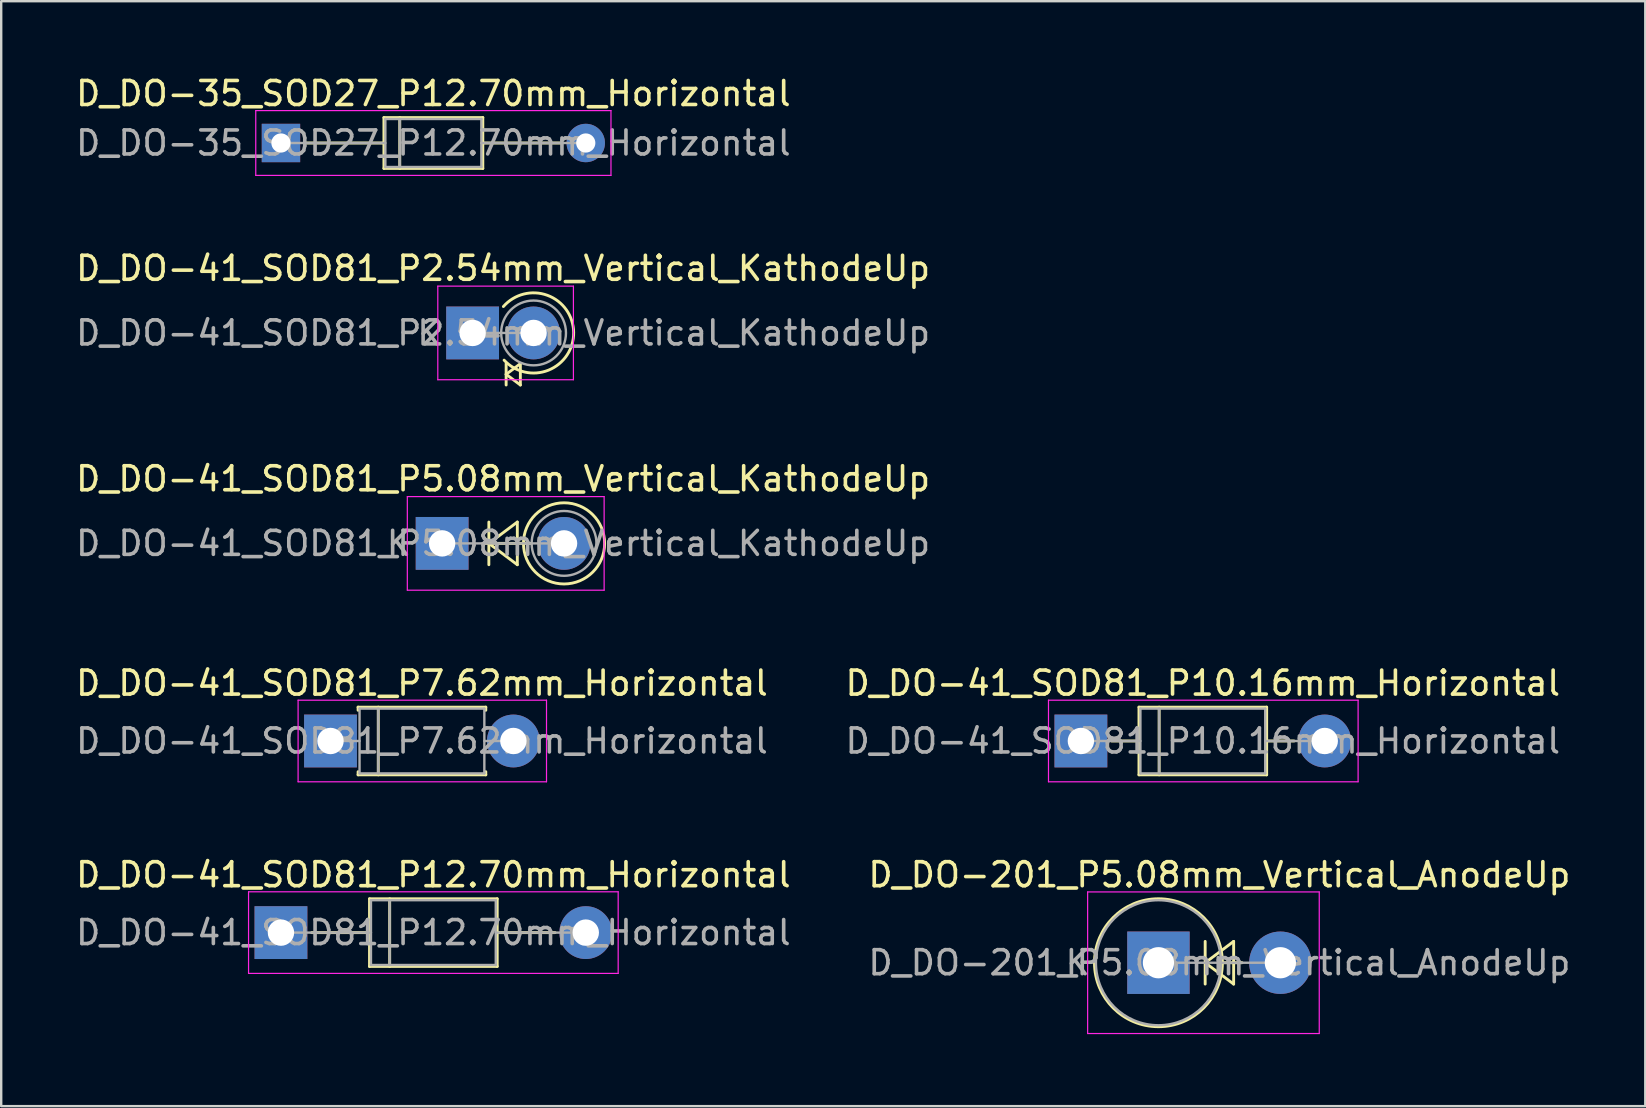
<source format=kicad_pcb>
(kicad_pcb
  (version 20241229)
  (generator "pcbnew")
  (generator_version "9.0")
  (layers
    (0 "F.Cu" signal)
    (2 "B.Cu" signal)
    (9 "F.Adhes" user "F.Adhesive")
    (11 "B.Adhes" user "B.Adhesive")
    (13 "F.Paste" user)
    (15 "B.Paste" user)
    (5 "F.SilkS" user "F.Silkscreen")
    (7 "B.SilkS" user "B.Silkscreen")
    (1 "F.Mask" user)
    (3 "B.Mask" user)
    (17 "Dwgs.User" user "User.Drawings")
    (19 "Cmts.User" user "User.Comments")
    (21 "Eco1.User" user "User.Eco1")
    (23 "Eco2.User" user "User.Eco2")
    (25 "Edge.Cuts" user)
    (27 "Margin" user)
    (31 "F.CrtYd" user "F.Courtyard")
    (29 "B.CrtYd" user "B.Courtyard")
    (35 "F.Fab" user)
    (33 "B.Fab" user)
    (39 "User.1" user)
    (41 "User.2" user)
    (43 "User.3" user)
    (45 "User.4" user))
  (footprint "D_DO-41_SOD81_P5.08mm_Vertical_KathodeUp"
    (layer "F.Cu")
    (at 15.371 19.59)
    (property "Reference" "D_DO-41_SOD81_P5.08mm_Vertical_KathodeUp" (at 2.54 -2.691 0) (layer "F.SilkS") (effects (font (size 1 1) (thickness 0.15))))
    (attr through_hole)
    (fp_line (start 1.691 0) (end 3.68 0) (stroke (width 0.12) (type solid)) (layer "F.SilkS"))
    (fp_line (start 1.947 -0.889) (end 1.947 0.889) (stroke (width 0.12) (type solid)) (layer "F.SilkS"))
    (fp_line (start 1.947 0) (end 3.133 -0.889) (stroke (width 0.12) (type solid)) (layer "F.SilkS"))
    (fp_line (start 3.133 -0.889) (end 3.133 0.889) (stroke (width 0.12) (type solid)) (layer "F.SilkS"))
    (fp_line (start 3.133 0.889) (end 1.947 0) (stroke (width 0.12) (type solid)) (layer "F.SilkS"))
    (fp_circle (center 5.08 0) (end 6.771 0) (stroke (width 0.12) (type solid)) (fill no) (layer "F.SilkS"))
    (fp_line (start -1.45 -1.95) (end -1.45 1.95) (stroke (width 0.05) (type solid)) (layer "F.CrtYd"))
    (fp_line (start -1.45 1.95) (end 6.75 1.95) (stroke (width 0.05) (type solid)) (layer "F.CrtYd"))
    (fp_line (start 6.75 -1.95) (end -1.45 -1.95) (stroke (width 0.05) (type solid)) (layer "F.CrtYd"))
    (fp_line (start 6.75 1.95) (end 6.75 -1.95) (stroke (width 0.05) (type solid)) (layer "F.CrtYd"))
    (fp_line (start 0 0) (end 5.08 0) (stroke (width 0.1) (type solid)) (layer "F.Fab"))
    (fp_circle (center 5.08 0) (end 6.43 0) (stroke (width 0.1) (type solid)) (fill no) (layer "F.Fab"))
    (fp_text user "${REFERENCE}" (at 2.54 0 0) (layer "F.Fab") (effects (font (size 1 1) (thickness 0.15))))
    (fp_text user "K" (at -1.8 0 0) (layer "F.Fab") (effects (font (size 1 1) (thickness 0.15))))
    (pad "1" thru_hole rect (at 0 0) (size 2.2 2.2) (drill 1.1) (layers "*.Cu" "*.Mask"))
    (pad "2" thru_hole oval (at 5.08 0) (size 2.2 2.2) (drill 1.1) (layers "*.Cu" "*.Mask")))
  (footprint "D_DO-41_SOD81_P2.54mm_Vertical_KathodeUp"
    (layer "F.Cu")
    (at 16.641 10.822)
    (property "Reference" "D_DO-41_SOD81_P2.54mm_Vertical_KathodeUp" (at 1.27 -2.691 0) (layer "F.SilkS") (effects (font (size 1 1) (thickness 0.15))))
    (attr through_hole)
    (fp_line (start 1.397 1.28) (end 1.397 2.169) (stroke (width 0.12) (type solid)) (layer "F.SilkS"))
    (fp_line (start 1.397 1.724) (end 1.99 1.28) (stroke (width 0.12) (type solid)) (layer "F.SilkS"))
    (fp_line (start 1.99 1.28) (end 1.99 2.169) (stroke (width 0.12) (type solid)) (layer "F.SilkS"))
    (fp_line (start 1.99 2.169) (end 1.397 1.724) (stroke (width 0.12) (type solid)) (layer "F.SilkS"))
    (fp_arc (start 1.282484 -1.1) (mid 4.21058 -0.022525) (end 1.312599 1.133505) (stroke (width 0.12) (type solid)) (layer "F.SilkS"))
    (fp_line (start -1.45 -1.95) (end -1.45 1.95) (stroke (width 0.05) (type solid)) (layer "F.CrtYd"))
    (fp_line (start -1.45 1.95) (end 4.2 1.95) (stroke (width 0.05) (type solid)) (layer "F.CrtYd"))
    (fp_line (start 4.2 -1.95) (end -1.45 -1.95) (stroke (width 0.05) (type solid)) (layer "F.CrtYd"))
    (fp_line (start 4.2 1.95) (end 4.2 -1.95) (stroke (width 0.05) (type solid)) (layer "F.CrtYd"))
    (fp_line (start 0 0) (end 2.54 0) (stroke (width 0.1) (type solid)) (layer "F.Fab"))
    (fp_circle (center 2.54 0) (end 3.89 0) (stroke (width 0.1) (type solid)) (fill no) (layer "F.Fab"))
    (fp_text user "K" (at -1.8 0 0) (layer "F.Fab") (effects (font (size 1 1) (thickness 0.15))))
    (fp_text user "${REFERENCE}" (at 1.27 0 0) (layer "F.Fab") (effects (font (size 1 1) (thickness 0.15))))
    (pad "1" thru_hole rect (at 0 0) (size 2.2 2.2) (drill 1.1) (layers "*.Cu" "*.Mask"))
    (pad "2" thru_hole oval (at 2.54 0) (size 2.2 2.2) (drill 1.1) (layers "*.Cu" "*.Mask")))
  (footprint "D_DO-41_SOD81_P12.70mm_Horizontal"
    (layer "F.Cu")
    (at 8.656 35.807)
    (property "Reference" "D_DO-41_SOD81_P12.70mm_Horizontal" (at 6.35 -2.41 0) (layer "F.SilkS") (effects (font (size 1 1) (thickness 0.15))))
    (attr through_hole)
    (fp_line (start 1.28 0) (end 3.69 0) (stroke (width 0.12) (type solid)) (layer "F.SilkS"))
    (fp_line (start 3.69 -1.41) (end 3.69 1.41) (stroke (width 0.12) (type solid)) (layer "F.SilkS"))
    (fp_line (start 3.69 1.41) (end 9.01 1.41) (stroke (width 0.12) (type solid)) (layer "F.SilkS"))
    (fp_line (start 4.53 -1.41) (end 4.53 1.41) (stroke (width 0.12) (type solid)) (layer "F.SilkS"))
    (fp_line (start 9.01 -1.41) (end 3.69 -1.41) (stroke (width 0.12) (type solid)) (layer "F.SilkS"))
    (fp_line (start 9.01 1.41) (end 9.01 -1.41) (stroke (width 0.12) (type solid)) (layer "F.SilkS"))
    (fp_line (start 11.42 0) (end 9.01 0) (stroke (width 0.12) (type solid)) (layer "F.SilkS"))
    (fp_line (start -1.35 -1.7) (end -1.35 1.7) (stroke (width 0.05) (type solid)) (layer "F.CrtYd"))
    (fp_line (start -1.35 1.7) (end 14.05 1.7) (stroke (width 0.05) (type solid)) (layer "F.CrtYd"))
    (fp_line (start 14.05 -1.7) (end -1.35 -1.7) (stroke (width 0.05) (type solid)) (layer "F.CrtYd"))
    (fp_line (start 14.05 1.7) (end 14.05 -1.7) (stroke (width 0.05) (type solid)) (layer "F.CrtYd"))
    (fp_line (start 0 0) (end 3.75 0) (stroke (width 0.1) (type solid)) (layer "F.Fab"))
    (fp_line (start 3.75 -1.35) (end 3.75 1.35) (stroke (width 0.1) (type solid)) (layer "F.Fab"))
    (fp_line (start 3.75 1.35) (end 8.95 1.35) (stroke (width 0.1) (type solid)) (layer "F.Fab"))
    (fp_line (start 4.53 -1.35) (end 4.53 1.35) (stroke (width 0.1) (type solid)) (layer "F.Fab"))
    (fp_line (start 8.95 -1.35) (end 3.75 -1.35) (stroke (width 0.1) (type solid)) (layer "F.Fab"))
    (fp_line (start 8.95 1.35) (end 8.95 -1.35) (stroke (width 0.1) (type solid)) (layer "F.Fab"))
    (fp_line (start 12.7 0) (end 8.95 0) (stroke (width 0.1) (type solid)) (layer "F.Fab"))
    (fp_text user "${REFERENCE}" (at 6.35 0 0) (layer "F.Fab") (effects (font (size 1 1) (thickness 0.15))))
    (pad "1" thru_hole rect (at 0 0) (size 2.2 2.2) (drill 1.1) (layers "*.Cu" "*.Mask"))
    (pad "2" thru_hole oval (at 12.7 0) (size 2.2 2.2) (drill 1.1) (layers "*.Cu" "*.Mask")))
  (footprint "D_DO-201_P5.08mm_Vertical_AnodeUp"
    (layer "F.Cu")
    (at 45.216 37.062)
    (property "Reference" "D_DO-201_P5.08mm_Vertical_AnodeUp" (at 2.54 -3.665 0) (layer "F.SilkS") (effects (font (size 1 1) (thickness 0.15))))
    (attr through_hole)
    (fp_line (start 1.947 -0.889) (end 1.947 0.889) (stroke (width 0.12) (type solid)) (layer "F.SilkS"))
    (fp_line (start 1.947 0) (end 3.133 -0.889) (stroke (width 0.12) (type solid)) (layer "F.SilkS"))
    (fp_line (start 2.665 0) (end 3.48 0) (stroke (width 0.12) (type solid)) (layer "F.SilkS"))
    (fp_line (start 3.133 -0.889) (end 3.133 0.889) (stroke (width 0.12) (type solid)) (layer "F.SilkS"))
    (fp_line (start 3.133 0.889) (end 1.947 0) (stroke (width 0.12) (type solid)) (layer "F.SilkS"))
    (fp_circle (center 0 0) (end 2.665 0) (stroke (width 0.12) (type solid)) (fill no) (layer "F.SilkS"))
    (fp_line (start -2.95 -2.95) (end -2.95 2.95) (stroke (width 0.05) (type solid)) (layer "F.CrtYd"))
    (fp_line (start -2.95 2.95) (end 6.7 2.95) (stroke (width 0.05) (type solid)) (layer "F.CrtYd"))
    (fp_line (start 6.7 -2.95) (end -2.95 -2.95) (stroke (width 0.05) (type solid)) (layer "F.CrtYd"))
    (fp_line (start 6.7 2.95) (end 6.7 -2.95) (stroke (width 0.05) (type solid)) (layer "F.CrtYd"))
    (fp_line (start 0 0) (end 5.08 0) (stroke (width 0.1) (type solid)) (layer "F.Fab"))
    (fp_circle (center 0 0) (end 2.605 0) (stroke (width 0.1) (type solid)) (fill no) (layer "F.Fab"))
    (fp_text user "K" (at -3.365 0 0) (layer "F.Fab") (effects (font (size 1 1) (thickness 0.15))))
    (fp_text user "${REFERENCE}" (at 2.54 0 0) (layer "F.Fab") (effects (font (size 1 1) (thickness 0.15))))
    (pad "1" thru_hole rect (at 0 0) (size 2.6 2.6) (drill 1.3) (layers "*.Cu" "*.Mask"))
    (pad "2" thru_hole oval (at 5.08 0) (size 2.6 2.6) (drill 1.3) (layers "*.Cu" "*.Mask")))
  (footprint "D_DO-41_SOD81_P7.62mm_Horizontal"
    (layer "F.Cu")
    (at 10.72 27.823)
    (property "Reference" "D_DO-41_SOD81_P7.62mm_Horizontal" (at 3.81 -2.41 0) (layer "F.SilkS") (effects (font (size 1 1) (thickness 0.15))))
    (attr through_hole)
    (fp_line (start 1.15 -1.41) (end 6.47 -1.41) (stroke (width 0.12) (type solid)) (layer "F.SilkS"))
    (fp_line (start 1.15 -1.28) (end 1.15 -1.41) (stroke (width 0.12) (type solid)) (layer "F.SilkS"))
    (fp_line (start 1.15 1.28) (end 1.15 1.41) (stroke (width 0.12) (type solid)) (layer "F.SilkS"))
    (fp_line (start 1.15 1.41) (end 6.47 1.41) (stroke (width 0.12) (type solid)) (layer "F.SilkS"))
    (fp_line (start 1.99 -1.41) (end 1.99 1.41) (stroke (width 0.12) (type solid)) (layer "F.SilkS"))
    (fp_line (start 6.47 -1.41) (end 6.47 -1.28) (stroke (width 0.12) (type solid)) (layer "F.SilkS"))
    (fp_line (start 6.47 1.41) (end 6.47 1.28) (stroke (width 0.12) (type solid)) (layer "F.SilkS"))
    (fp_line (start -1.35 -1.7) (end -1.35 1.7) (stroke (width 0.05) (type solid)) (layer "F.CrtYd"))
    (fp_line (start -1.35 1.7) (end 9 1.7) (stroke (width 0.05) (type solid)) (layer "F.CrtYd"))
    (fp_line (start 9 -1.7) (end -1.35 -1.7) (stroke (width 0.05) (type solid)) (layer "F.CrtYd"))
    (fp_line (start 9 1.7) (end 9 -1.7) (stroke (width 0.05) (type solid)) (layer "F.CrtYd"))
    (fp_line (start 0 0) (end 1.21 0) (stroke (width 0.1) (type solid)) (layer "F.Fab"))
    (fp_line (start 1.21 -1.35) (end 1.21 1.35) (stroke (width 0.1) (type solid)) (layer "F.Fab"))
    (fp_line (start 1.21 1.35) (end 6.41 1.35) (stroke (width 0.1) (type solid)) (layer "F.Fab"))
    (fp_line (start 1.99 -1.35) (end 1.99 1.35) (stroke (width 0.1) (type solid)) (layer "F.Fab"))
    (fp_line (start 6.41 -1.35) (end 1.21 -1.35) (stroke (width 0.1) (type solid)) (layer "F.Fab"))
    (fp_line (start 6.41 1.35) (end 6.41 -1.35) (stroke (width 0.1) (type solid)) (layer "F.Fab"))
    (fp_line (start 7.62 0) (end 6.41 0) (stroke (width 0.1) (type solid)) (layer "F.Fab"))
    (fp_text user "${REFERENCE}" (at 3.81 0 0) (layer "F.Fab") (effects (font (size 1 1) (thickness 0.15))))
    (pad "1" thru_hole rect (at 0 0) (size 2.2 2.2) (drill 1.1) (layers "*.Cu" "*.Mask"))
    (pad "2" thru_hole oval (at 7.62 0) (size 2.2 2.2) (drill 1.1) (layers "*.Cu" "*.Mask")))
  (footprint "D_DO-35_SOD27_P12.70mm_Horizontal"
    (layer "F.Cu")
    (at 8.656 2.908)
    (property "Reference" "D_DO-35_SOD27_P12.70mm_Horizontal" (at 6.35 -2.06 0) (layer "F.SilkS") (effects (font (size 1 1) (thickness 0.15))))
    (attr through_hole)
    (fp_line (start 0.98 0) (end 4.29 0) (stroke (width 0.12) (type solid)) (layer "F.SilkS"))
    (fp_line (start 4.29 -1.06) (end 4.29 1.06) (stroke (width 0.12) (type solid)) (layer "F.SilkS"))
    (fp_line (start 4.29 1.06) (end 8.41 1.06) (stroke (width 0.12) (type solid)) (layer "F.SilkS"))
    (fp_line (start 4.95 -1.06) (end 4.95 1.06) (stroke (width 0.12) (type solid)) (layer "F.SilkS"))
    (fp_line (start 8.41 -1.06) (end 4.29 -1.06) (stroke (width 0.12) (type solid)) (layer "F.SilkS"))
    (fp_line (start 8.41 1.06) (end 8.41 -1.06) (stroke (width 0.12) (type solid)) (layer "F.SilkS"))
    (fp_line (start 11.72 0) (end 8.41 0) (stroke (width 0.12) (type solid)) (layer "F.SilkS"))
    (fp_line (start -1.05 -1.35) (end -1.05 1.35) (stroke (width 0.05) (type solid)) (layer "F.CrtYd"))
    (fp_line (start -1.05 1.35) (end 13.75 1.35) (stroke (width 0.05) (type solid)) (layer "F.CrtYd"))
    (fp_line (start 13.75 -1.35) (end -1.05 -1.35) (stroke (width 0.05) (type solid)) (layer "F.CrtYd"))
    (fp_line (start 13.75 1.35) (end 13.75 -1.35) (stroke (width 0.05) (type solid)) (layer "F.CrtYd"))
    (fp_line (start 0 0) (end 4.35 0) (stroke (width 0.1) (type solid)) (layer "F.Fab"))
    (fp_line (start 4.35 -1) (end 4.35 1) (stroke (width 0.1) (type solid)) (layer "F.Fab"))
    (fp_line (start 4.35 1) (end 8.35 1) (stroke (width 0.1) (type solid)) (layer "F.Fab"))
    (fp_line (start 4.95 -1) (end 4.95 1) (stroke (width 0.1) (type solid)) (layer "F.Fab"))
    (fp_line (start 8.35 -1) (end 4.35 -1) (stroke (width 0.1) (type solid)) (layer "F.Fab"))
    (fp_line (start 8.35 1) (end 8.35 -1) (stroke (width 0.1) (type solid)) (layer "F.Fab"))
    (fp_line (start 12.7 0) (end 8.35 0) (stroke (width 0.1) (type solid)) (layer "F.Fab"))
    (fp_text user "${REFERENCE}" (at 6.35 0 0) (layer "F.Fab") (effects (font (size 1 1) (thickness 0.15))))
    (pad "1" thru_hole rect (at 0 0) (size 1.6 1.6) (drill 0.8) (layers "*.Cu" "*.Mask"))
    (pad "2" thru_hole oval (at 12.7 0) (size 1.6 1.6) (drill 0.8) (layers "*.Cu" "*.Mask")))
  (footprint "D_DO-41_SOD81_P10.16mm_Horizontal"
    (layer "F.Cu")
    (at 41.985 27.823)
    (property "Reference" "D_DO-41_SOD81_P10.16mm_Horizontal" (at 5.08 -2.41 0) (layer "F.SilkS") (effects (font (size 1 1) (thickness 0.15))))
    (attr through_hole)
    (fp_line (start 1.28 0) (end 2.42 0) (stroke (width 0.12) (type solid)) (layer "F.SilkS"))
    (fp_line (start 2.42 -1.41) (end 2.42 1.41) (stroke (width 0.12) (type solid)) (layer "F.SilkS"))
    (fp_line (start 2.42 1.41) (end 7.74 1.41) (stroke (width 0.12) (type solid)) (layer "F.SilkS"))
    (fp_line (start 3.26 -1.41) (end 3.26 1.41) (stroke (width 0.12) (type solid)) (layer "F.SilkS"))
    (fp_line (start 7.74 -1.41) (end 2.42 -1.41) (stroke (width 0.12) (type solid)) (layer "F.SilkS"))
    (fp_line (start 7.74 1.41) (end 7.74 -1.41) (stroke (width 0.12) (type solid)) (layer "F.SilkS"))
    (fp_line (start 8.88 0) (end 7.74 0) (stroke (width 0.12) (type solid)) (layer "F.SilkS"))
    (fp_line (start -1.35 -1.7) (end -1.35 1.7) (stroke (width 0.05) (type solid)) (layer "F.CrtYd"))
    (fp_line (start -1.35 1.7) (end 11.55 1.7) (stroke (width 0.05) (type solid)) (layer "F.CrtYd"))
    (fp_line (start 11.55 -1.7) (end -1.35 -1.7) (stroke (width 0.05) (type solid)) (layer "F.CrtYd"))
    (fp_line (start 11.55 1.7) (end 11.55 -1.7) (stroke (width 0.05) (type solid)) (layer "F.CrtYd"))
    (fp_line (start 0 0) (end 2.48 0) (stroke (width 0.1) (type solid)) (layer "F.Fab"))
    (fp_line (start 2.48 -1.35) (end 2.48 1.35) (stroke (width 0.1) (type solid)) (layer "F.Fab"))
    (fp_line (start 2.48 1.35) (end 7.68 1.35) (stroke (width 0.1) (type solid)) (layer "F.Fab"))
    (fp_line (start 3.26 -1.35) (end 3.26 1.35) (stroke (width 0.1) (type solid)) (layer "F.Fab"))
    (fp_line (start 7.68 -1.35) (end 2.48 -1.35) (stroke (width 0.1) (type solid)) (layer "F.Fab"))
    (fp_line (start 7.68 1.35) (end 7.68 -1.35) (stroke (width 0.1) (type solid)) (layer "F.Fab"))
    (fp_line (start 10.16 0) (end 7.68 0) (stroke (width 0.1) (type solid)) (layer "F.Fab"))
    (fp_text user "${REFERENCE}" (at 5.08 0 0) (layer "F.Fab") (effects (font (size 1 1) (thickness 0.15))))
    (pad "1" thru_hole rect (at 0 0) (size 2.2 2.2) (drill 1.1) (layers "*.Cu" "*.Mask"))
    (pad "2" thru_hole oval (at 10.16 0) (size 2.2 2.2) (drill 1.1) (layers "*.Cu" "*.Mask")))
  (gr_rect
    (start -3 -3)
    (end 65.5 43.037)
    (stroke (width 0.1) (type default))
    (fill no)
    (layer "Edge.Cuts")))
</source>
